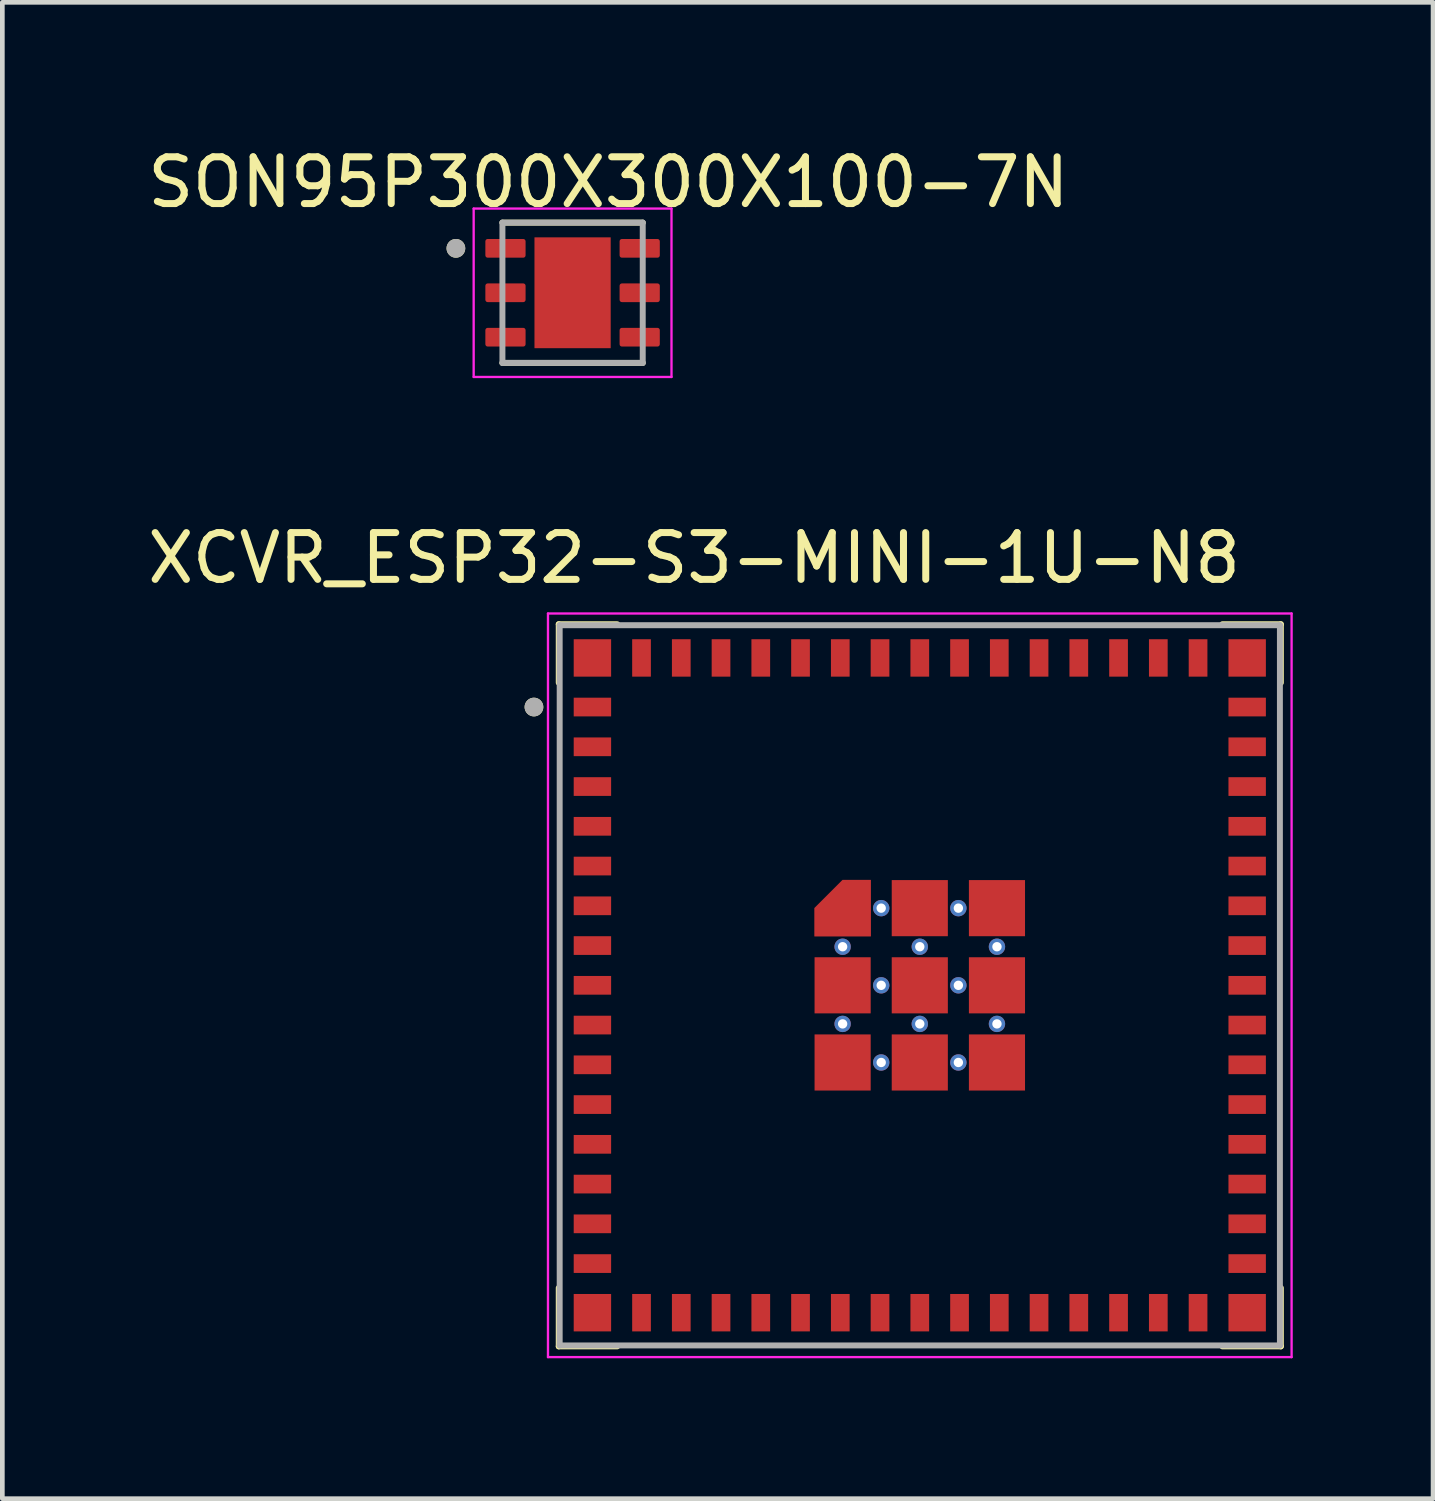
<source format=kicad_pcb>
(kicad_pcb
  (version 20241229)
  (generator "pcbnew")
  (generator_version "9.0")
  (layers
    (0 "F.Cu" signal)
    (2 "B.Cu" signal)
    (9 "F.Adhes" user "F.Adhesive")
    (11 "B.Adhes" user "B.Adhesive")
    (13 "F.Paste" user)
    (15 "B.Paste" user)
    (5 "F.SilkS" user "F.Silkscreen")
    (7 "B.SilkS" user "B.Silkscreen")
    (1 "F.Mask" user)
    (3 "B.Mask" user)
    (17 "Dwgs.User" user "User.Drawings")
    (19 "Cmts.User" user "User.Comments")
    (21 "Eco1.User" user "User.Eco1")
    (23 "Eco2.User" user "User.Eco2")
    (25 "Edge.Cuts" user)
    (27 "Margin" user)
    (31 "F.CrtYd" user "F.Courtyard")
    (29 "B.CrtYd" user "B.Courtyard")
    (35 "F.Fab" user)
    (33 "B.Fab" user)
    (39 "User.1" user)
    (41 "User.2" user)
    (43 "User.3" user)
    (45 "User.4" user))
  (footprint "XCVR_ESP32-S3-MINI-1U-N8"
    (layer "F.Cu")
    (at 16.617 18.018)
    (property "Reference" "XCVR_ESP32-S3-MINI-1U-N8" (at -4.825 -9.135 0) (layer "F.SilkS") (effects (font (size 1 1) (thickness 0.15))))
    (attr smd)
    (fp_poly (pts (xy -2.35 -0.95) (xy -0.95 -0.95) (xy -0.95 -2.35) (xy -1.7 -2.35) (xy -2.35 -1.7)) (stroke (width 0.01) (type solid)) (fill yes) (layer "F.Mask"))
    (fp_line (start -7.72 -7.72) (end -6.47 -7.72) (stroke (width 0.127) (type solid)) (layer "F.SilkS"))
    (fp_line (start -7.72 -6.47) (end -7.72 -7.72) (stroke (width 0.127) (type solid)) (layer "F.SilkS"))
    (fp_line (start -7.72 7.72) (end -7.72 6.47) (stroke (width 0.127) (type solid)) (layer "F.SilkS"))
    (fp_line (start -6.47 7.72) (end -7.72 7.72) (stroke (width 0.127) (type solid)) (layer "F.SilkS"))
    (fp_line (start 6.47 -7.72) (end 7.72 -7.72) (stroke (width 0.127) (type solid)) (layer "F.SilkS"))
    (fp_line (start 7.72 -7.72) (end 7.72 -6.47) (stroke (width 0.127) (type solid)) (layer "F.SilkS"))
    (fp_line (start 7.72 6.47) (end 7.72 7.72) (stroke (width 0.127) (type solid)) (layer "F.SilkS"))
    (fp_line (start 7.72 7.72) (end 6.47 7.72) (stroke (width 0.127) (type solid)) (layer "F.SilkS"))
    (fp_circle (center -8.25 -5.95) (end -8.15 -5.95) (stroke (width 0.2) (type solid)) (fill no) (layer "F.SilkS"))
    (fp_poly (pts (xy -2.25 -1.05) (xy -1.05 -1.05) (xy -1.05 -2.25) (xy -1.65 -2.25) (xy -2.25 -1.65)) (stroke (width 0.01) (type solid)) (fill yes) (layer "F.Paste"))
    (fp_line (start -7.95 -7.95) (end -7.95 7.95) (stroke (width 0.05) (type solid)) (layer "F.CrtYd"))
    (fp_line (start -7.95 7.95) (end 7.95 7.95) (stroke (width 0.05) (type solid)) (layer "F.CrtYd"))
    (fp_line (start 7.95 -7.95) (end -7.95 -7.95) (stroke (width 0.05) (type solid)) (layer "F.CrtYd"))
    (fp_line (start 7.95 7.95) (end 7.95 -7.95) (stroke (width 0.05) (type solid)) (layer "F.CrtYd"))
    (fp_line (start -7.7 -7.7) (end 7.7 -7.7) (stroke (width 0.127) (type solid)) (layer "F.Fab"))
    (fp_line (start -7.7 7.7) (end -7.7 -7.7) (stroke (width 0.127) (type solid)) (layer "F.Fab"))
    (fp_line (start 7.7 -7.7) (end 7.7 7.7) (stroke (width 0.127) (type solid)) (layer "F.Fab"))
    (fp_line (start 7.7 7.7) (end -7.7 7.7) (stroke (width 0.127) (type solid)) (layer "F.Fab"))
    (fp_circle (center -8.25 -5.95) (end -8.15 -5.95) (stroke (width 0.2) (type solid)) (fill no) (layer "F.Fab"))
    (pad "1" smd rect (at -7 -5.95) (size 0.8 0.4) (layers "F.Cu" "F.Mask" "F.Paste"))
    (pad "2" smd rect (at -7 -5.1) (size 0.8 0.4) (layers "F.Cu" "F.Mask" "F.Paste"))
    (pad "3" smd rect (at -7 -4.25) (size 0.8 0.4) (layers "F.Cu" "F.Mask" "F.Paste"))
    (pad "4" smd rect (at -7 -3.4) (size 0.8 0.4) (layers "F.Cu" "F.Mask" "F.Paste"))
    (pad "5" smd rect (at -7 -2.55) (size 0.8 0.4) (layers "F.Cu" "F.Mask" "F.Paste"))
    (pad "6" smd rect (at -7 -1.7) (size 0.8 0.4) (layers "F.Cu" "F.Mask" "F.Paste"))
    (pad "7" smd rect (at -7 -0.85) (size 0.8 0.4) (layers "F.Cu" "F.Mask" "F.Paste"))
    (pad "8" smd rect (at -7 0) (size 0.8 0.4) (layers "F.Cu" "F.Mask" "F.Paste"))
    (pad "9" smd rect (at -7 0.85) (size 0.8 0.4) (layers "F.Cu" "F.Mask" "F.Paste"))
    (pad "10" smd rect (at -7 1.7) (size 0.8 0.4) (layers "F.Cu" "F.Mask" "F.Paste"))
    (pad "11" smd rect (at -7 2.55) (size 0.8 0.4) (layers "F.Cu" "F.Mask" "F.Paste"))
    (pad "12" smd rect (at -7 3.4) (size 0.8 0.4) (layers "F.Cu" "F.Mask" "F.Paste"))
    (pad "13" smd rect (at -7 4.25) (size 0.8 0.4) (layers "F.Cu" "F.Mask" "F.Paste"))
    (pad "14" smd rect (at -7 5.1) (size 0.8 0.4) (layers "F.Cu" "F.Mask" "F.Paste"))
    (pad "15" smd rect (at -7 5.95) (size 0.8 0.4) (layers "F.Cu" "F.Mask" "F.Paste"))
    (pad "16" smd rect (at -5.95 7) (size 0.4 0.8) (layers "F.Cu" "F.Mask" "F.Paste"))
    (pad "17" smd rect (at -5.1 7) (size 0.4 0.8) (layers "F.Cu" "F.Mask" "F.Paste"))
    (pad "18" smd rect (at -4.25 7) (size 0.4 0.8) (layers "F.Cu" "F.Mask" "F.Paste"))
    (pad "19" smd rect (at -3.4 7) (size 0.4 0.8) (layers "F.Cu" "F.Mask" "F.Paste"))
    (pad "20" smd rect (at -2.55 7) (size 0.4 0.8) (layers "F.Cu" "F.Mask" "F.Paste"))
    (pad "21" smd rect (at -1.7 7) (size 0.4 0.8) (layers "F.Cu" "F.Mask" "F.Paste"))
    (pad "22" smd rect (at -0.85 7) (size 0.4 0.8) (layers "F.Cu" "F.Mask" "F.Paste"))
    (pad "23" smd rect (at 0 7) (size 0.4 0.8) (layers "F.Cu" "F.Mask" "F.Paste"))
    (pad "24" smd rect (at 0.85 7) (size 0.4 0.8) (layers "F.Cu" "F.Mask" "F.Paste"))
    (pad "25" smd rect (at 1.7 7) (size 0.4 0.8) (layers "F.Cu" "F.Mask" "F.Paste"))
    (pad "26" smd rect (at 2.55 7) (size 0.4 0.8) (layers "F.Cu" "F.Mask" "F.Paste"))
    (pad "27" smd rect (at 3.4 7) (size 0.4 0.8) (layers "F.Cu" "F.Mask" "F.Paste"))
    (pad "28" smd rect (at 4.25 7) (size 0.4 0.8) (layers "F.Cu" "F.Mask" "F.Paste"))
    (pad "29" smd rect (at 5.1 7) (size 0.4 0.8) (layers "F.Cu" "F.Mask" "F.Paste"))
    (pad "30" smd rect (at 5.95 7) (size 0.4 0.8) (layers "F.Cu" "F.Mask" "F.Paste"))
    (pad "31" smd rect (at 7 5.95) (size 0.8 0.4) (layers "F.Cu" "F.Mask" "F.Paste"))
    (pad "32" smd rect (at 7 5.1) (size 0.8 0.4) (layers "F.Cu" "F.Mask" "F.Paste"))
    (pad "33" smd rect (at 7 4.25) (size 0.8 0.4) (layers "F.Cu" "F.Mask" "F.Paste"))
    (pad "34" smd rect (at 7 3.4) (size 0.8 0.4) (layers "F.Cu" "F.Mask" "F.Paste"))
    (pad "35" smd rect (at 7 2.55) (size 0.8 0.4) (layers "F.Cu" "F.Mask" "F.Paste"))
    (pad "36" smd rect (at 7 1.7) (size 0.8 0.4) (layers "F.Cu" "F.Mask" "F.Paste"))
    (pad "37" smd rect (at 7 0.85) (size 0.8 0.4) (layers "F.Cu" "F.Mask" "F.Paste"))
    (pad "38" smd rect (at 7 0) (size 0.8 0.4) (layers "F.Cu" "F.Mask" "F.Paste"))
    (pad "39" smd rect (at 7 -0.85) (size 0.8 0.4) (layers "F.Cu" "F.Mask" "F.Paste"))
    (pad "40" smd rect (at 7 -1.7) (size 0.8 0.4) (layers "F.Cu" "F.Mask" "F.Paste"))
    (pad "41" smd rect (at 7 -2.55) (size 0.8 0.4) (layers "F.Cu" "F.Mask" "F.Paste"))
    (pad "42" smd rect (at 7 -3.4) (size 0.8 0.4) (layers "F.Cu" "F.Mask" "F.Paste"))
    (pad "43" smd rect (at 7 -4.25) (size 0.8 0.4) (layers "F.Cu" "F.Mask" "F.Paste"))
    (pad "44" smd rect (at 7 -5.1) (size 0.8 0.4) (layers "F.Cu" "F.Mask" "F.Paste"))
    (pad "45" smd rect (at 7 -5.95) (size 0.8 0.4) (layers "F.Cu" "F.Mask" "F.Paste"))
    (pad "46" smd rect (at 5.95 -7) (size 0.4 0.8) (layers "F.Cu" "F.Mask" "F.Paste"))
    (pad "47" smd rect (at 5.1 -7) (size 0.4 0.8) (layers "F.Cu" "F.Mask" "F.Paste"))
    (pad "48" smd rect (at 4.25 -7) (size 0.4 0.8) (layers "F.Cu" "F.Mask" "F.Paste"))
    (pad "49" smd rect (at 3.4 -7) (size 0.4 0.8) (layers "F.Cu" "F.Mask" "F.Paste"))
    (pad "50" smd rect (at 2.55 -7) (size 0.4 0.8) (layers "F.Cu" "F.Mask" "F.Paste"))
    (pad "51" smd rect (at 1.7 -7) (size 0.4 0.8) (layers "F.Cu" "F.Mask" "F.Paste"))
    (pad "52" smd rect (at 0.85 -7) (size 0.4 0.8) (layers "F.Cu" "F.Mask" "F.Paste"))
    (pad "53" smd rect (at 0 -7) (size 0.4 0.8) (layers "F.Cu" "F.Mask" "F.Paste"))
    (pad "54" smd rect (at -0.85 -7) (size 0.4 0.8) (layers "F.Cu" "F.Mask" "F.Paste"))
    (pad "55" smd rect (at -1.7 -7) (size 0.4 0.8) (layers "F.Cu" "F.Mask" "F.Paste"))
    (pad "56" smd rect (at -2.55 -7) (size 0.4 0.8) (layers "F.Cu" "F.Mask" "F.Paste"))
    (pad "57" smd rect (at -3.4 -7) (size 0.4 0.8) (layers "F.Cu" "F.Mask" "F.Paste"))
    (pad "58" smd rect (at -4.25 -7) (size 0.4 0.8) (layers "F.Cu" "F.Mask" "F.Paste"))
    (pad "59" smd rect (at -5.1 -7) (size 0.4 0.8) (layers "F.Cu" "F.Mask" "F.Paste"))
    (pad "60" smd rect (at -5.95 -7) (size 0.4 0.8) (layers "F.Cu" "F.Mask" "F.Paste"))
    (pad "61_1" smd custom (at -1.65 -1.65) (size 0.4 0.4) (layers "F.Cu") (options (anchor rect)) (primitives (gr_poly (pts (xy -0.6 0.6) (xy 0.6 0.6) (xy 0.6 -0.6) (xy 0 -0.6) (xy -0.6 0)) (width 0.01) (fill yes))))
    (pad "61_2" smd rect (at 0 -1.65) (size 1.2 1.2) (layers "F.Cu" "F.Mask" "F.Paste"))
    (pad "61_3" smd rect (at 1.65 -1.65) (size 1.2 1.2) (layers "F.Cu" "F.Mask" "F.Paste"))
    (pad "61_4" smd rect (at -1.65 0) (size 1.2 1.2) (layers "F.Cu" "F.Mask" "F.Paste"))
    (pad "61_5" smd rect (at 0 0) (size 1.2 1.2) (layers "F.Cu" "F.Mask" "F.Paste"))
    (pad "61_6" smd rect (at 1.65 0) (size 1.2 1.2) (layers "F.Cu" "F.Mask" "F.Paste"))
    (pad "61_7" smd rect (at -1.65 1.65) (size 1.2 1.2) (layers "F.Cu" "F.Mask" "F.Paste"))
    (pad "61_8" smd rect (at 0 1.65) (size 1.2 1.2) (layers "F.Cu" "F.Mask" "F.Paste"))
    (pad "61_9" smd rect (at 1.65 1.65) (size 1.2 1.2) (layers "F.Cu" "F.Mask" "F.Paste"))
    (pad "62" smd rect (at -7 -7) (size 0.8 0.8) (layers "F.Cu" "F.Mask" "F.Paste"))
    (pad "63" smd rect (at -7 7) (size 0.8 0.8) (layers "F.Cu" "F.Mask" "F.Paste"))
    (pad "64" smd rect (at 7 7) (size 0.8 0.8) (layers "F.Cu" "F.Mask" "F.Paste"))
    (pad "65" smd rect (at 7 -7) (size 0.8 0.8) (layers "F.Cu" "F.Mask" "F.Paste"))
    (pad "66_1" thru_hole circle (at -0.825 -1.65) (size 0.35 0.35) (drill 0.2) (layers "*.Cu"))
    (pad "66_2" thru_hole circle (at 0.825 -1.65) (size 0.35 0.35) (drill 0.2) (layers "*.Cu"))
    (pad "66_3" thru_hole circle (at -1.65 -0.825) (size 0.35 0.35) (drill 0.2) (layers "*.Cu"))
    (pad "66_4" thru_hole circle (at 0 -0.825) (size 0.35 0.35) (drill 0.2) (layers "*.Cu"))
    (pad "66_5" thru_hole circle (at 1.65 -0.825) (size 0.35 0.35) (drill 0.2) (layers "*.Cu"))
    (pad "66_6" thru_hole circle (at -0.825 0) (size 0.35 0.35) (drill 0.2) (layers "*.Cu"))
    (pad "66_7" thru_hole circle (at 0.825 0) (size 0.35 0.35) (drill 0.2) (layers "*.Cu"))
    (pad "66_8" thru_hole circle (at -1.65 0.825) (size 0.35 0.35) (drill 0.2) (layers "*.Cu"))
    (pad "66_9" thru_hole circle (at 0 0.825) (size 0.35 0.35) (drill 0.2) (layers "*.Cu"))
    (pad "66_10" thru_hole circle (at 1.65 0.825) (size 0.35 0.35) (drill 0.2) (layers "*.Cu"))
    (pad "66_11" thru_hole circle (at -0.825 1.65) (size 0.35 0.35) (drill 0.2) (layers "*.Cu"))
    (pad "66_12" thru_hole circle (at 0.825 1.65) (size 0.35 0.35) (drill 0.2) (layers "*.Cu")))
  (footprint "SON95P300X300X100-7N"
    (layer "F.Cu")
    (at 9.193 3.21)
    (property "Reference" "SON95P300X300X100-7N" (at 0.765 -2.362 0) (layer "F.SilkS") (effects (font (size 1 1) (thickness 0.15))))
    (attr smd)
    (fp_line (start -1.5 -1.5) (end 1.5 -1.5) (stroke (width 0.127) (type solid)) (layer "F.SilkS"))
    (fp_line (start -1.5 1.5) (end 1.5 1.5) (stroke (width 0.127) (type solid)) (layer "F.SilkS"))
    (fp_circle (center -2.495 -0.95) (end -2.395 -0.95) (stroke (width 0.2) (type solid)) (fill no) (layer "F.SilkS"))
    (fp_poly (pts (xy -0.51 -0.75) (xy 0.51 -0.75) (xy 0.51 0.75) (xy -0.51 0.75)) (stroke (width 0.01) (type solid)) (fill yes) (layer "F.Paste"))
    (fp_line (start -2.115 -1.8) (end -2.115 1.8) (stroke (width 0.05) (type solid)) (layer "F.CrtYd"))
    (fp_line (start -2.115 -1.8) (end 2.115 -1.8) (stroke (width 0.05) (type solid)) (layer "F.CrtYd"))
    (fp_line (start -2.115 1.8) (end 2.115 1.8) (stroke (width 0.05) (type solid)) (layer "F.CrtYd"))
    (fp_line (start 2.115 -1.8) (end 2.115 1.8) (stroke (width 0.05) (type solid)) (layer "F.CrtYd"))
    (fp_line (start -1.5 -1.5) (end -1.5 1.5) (stroke (width 0.127) (type solid)) (layer "F.Fab"))
    (fp_line (start -1.5 -1.5) (end 1.5 -1.5) (stroke (width 0.127) (type solid)) (layer "F.Fab"))
    (fp_line (start -1.5 1.5) (end 1.5 1.5) (stroke (width 0.127) (type solid)) (layer "F.Fab"))
    (fp_line (start 1.5 -1.5) (end 1.5 1.5) (stroke (width 0.127) (type solid)) (layer "F.Fab"))
    (fp_circle (center -2.495 -0.95) (end -2.395 -0.95) (stroke (width 0.2) (type solid)) (fill no) (layer "F.Fab"))
    (pad "1" smd roundrect (at -1.435 -0.95) (size 0.86 0.4) (layers "F.Cu" "F.Mask" "F.Paste") (roundrect_rratio 0.125))
    (pad "2" smd roundrect (at -1.435 0) (size 0.86 0.4) (layers "F.Cu" "F.Mask" "F.Paste") (roundrect_rratio 0.125))
    (pad "3" smd roundrect (at -1.435 0.95) (size 0.86 0.4) (layers "F.Cu" "F.Mask" "F.Paste") (roundrect_rratio 0.125))
    (pad "4" smd roundrect (at 1.435 0.95) (size 0.86 0.4) (layers "F.Cu" "F.Mask" "F.Paste") (roundrect_rratio 0.125))
    (pad "5" smd roundrect (at 1.435 0) (size 0.86 0.4) (layers "F.Cu" "F.Mask" "F.Paste") (roundrect_rratio 0.125))
    (pad "6" smd roundrect (at 1.435 -0.95) (size 0.86 0.4) (layers "F.Cu" "F.Mask" "F.Paste") (roundrect_rratio 0.125))
    (pad "7" smd rect (at 0 0) (size 1.63 2.37) (layers "F.Cu" "F.Mask")))
  (gr_rect
    (start -3 -3)
    (end 27.592 28.994)
    (stroke (width 0.1) (type default))
    (fill no)
    (layer "Edge.Cuts")))
</source>
